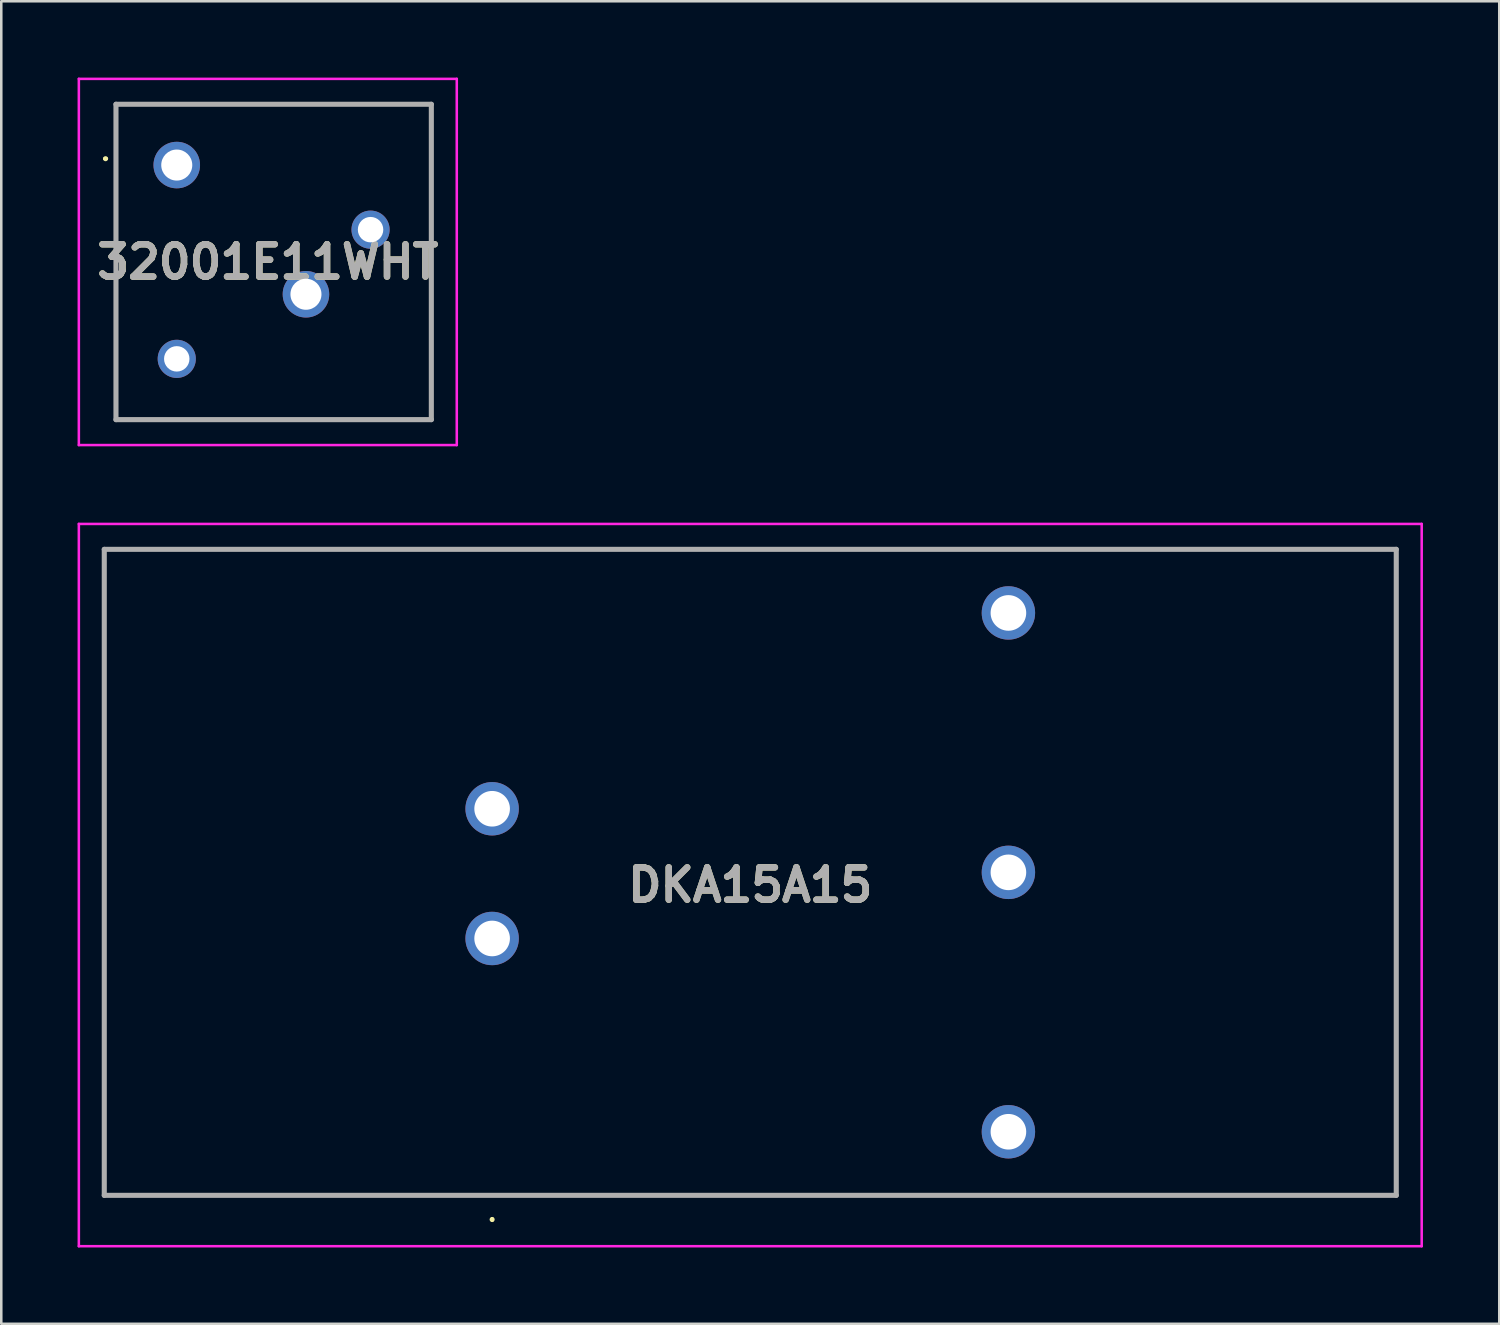
<source format=kicad_pcb>
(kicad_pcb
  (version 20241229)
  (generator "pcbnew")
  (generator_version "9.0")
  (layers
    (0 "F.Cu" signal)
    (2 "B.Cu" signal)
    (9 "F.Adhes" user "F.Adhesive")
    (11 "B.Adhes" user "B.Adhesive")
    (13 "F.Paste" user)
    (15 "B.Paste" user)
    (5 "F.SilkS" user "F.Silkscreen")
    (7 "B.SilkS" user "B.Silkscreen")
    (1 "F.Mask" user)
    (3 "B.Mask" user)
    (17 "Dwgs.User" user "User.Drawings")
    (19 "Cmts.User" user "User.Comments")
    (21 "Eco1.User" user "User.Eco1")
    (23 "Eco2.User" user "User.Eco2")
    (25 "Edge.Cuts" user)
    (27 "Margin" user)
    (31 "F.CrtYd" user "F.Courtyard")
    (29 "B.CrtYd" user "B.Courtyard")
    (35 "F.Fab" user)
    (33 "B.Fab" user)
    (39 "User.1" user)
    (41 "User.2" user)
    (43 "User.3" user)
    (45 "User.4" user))
  (footprint "32001E11WHT"
    (layer "F.Cu")
    (at 3.9 3.44)
    (property "Reference" "32001E11WHT" (at 3.58 3.81 0) (layer "F.SilkS") (effects (font (size 1.27 1.27) (thickness 0.254))))
    (attr through_hole)
    (fp_line (start -2.85 -0.25) (end -2.85 -0.25) (stroke (width 0.1) (type solid)) (layer "F.SilkS"))
    (fp_line (start -2.75 -0.25) (end -2.75 -0.25) (stroke (width 0.1) (type solid)) (layer "F.SilkS"))
    (fp_line (start -2.39 -2.39) (end 10.01 -2.39) (stroke (width 0.1) (type solid)) (layer "F.SilkS"))
    (fp_line (start -2.39 10.01) (end -2.39 -2.39) (stroke (width 0.1) (type solid)) (layer "F.SilkS"))
    (fp_line (start 10.01 -2.39) (end 10.01 10.01) (stroke (width 0.1) (type solid)) (layer "F.SilkS"))
    (fp_line (start 10.01 10.01) (end -2.39 10.01) (stroke (width 0.1) (type solid)) (layer "F.SilkS"))
    (fp_arc (start -2.85 -0.25) (mid -2.8 -0.3) (end -2.75 -0.25) (stroke (width 0.1) (type solid)) (layer "F.SilkS"))
    (fp_arc (start -2.75 -0.25) (mid -2.8 -0.2) (end -2.85 -0.25) (stroke (width 0.1) (type solid)) (layer "F.SilkS"))
    (fp_line (start -3.85 -3.39) (end 11.01 -3.39) (stroke (width 0.1) (type solid)) (layer "F.CrtYd"))
    (fp_line (start -3.85 11.01) (end -3.85 -3.39) (stroke (width 0.1) (type solid)) (layer "F.CrtYd"))
    (fp_line (start 11.01 -3.39) (end 11.01 11.01) (stroke (width 0.1) (type solid)) (layer "F.CrtYd"))
    (fp_line (start 11.01 11.01) (end -3.85 11.01) (stroke (width 0.1) (type solid)) (layer "F.CrtYd"))
    (fp_line (start -2.39 -2.39) (end 10.01 -2.39) (stroke (width 0.2) (type solid)) (layer "F.Fab"))
    (fp_line (start -2.39 10.01) (end -2.39 -2.39) (stroke (width 0.2) (type solid)) (layer "F.Fab"))
    (fp_line (start 10.01 -2.39) (end 10.01 10.01) (stroke (width 0.2) (type solid)) (layer "F.Fab"))
    (fp_line (start 10.01 10.01) (end -2.39 10.01) (stroke (width 0.2) (type solid)) (layer "F.Fab"))
    (fp_text user "${REFERENCE}" (at 3.58 3.81 0) (layer "F.Fab") (effects (font (size 1.27 1.27) (thickness 0.254))))
    (pad "" np_thru_hole circle (at 0 7.62) (size 1.5 1.5) (drill 1) (layers "*.Cu" "*.Mask"))
    (pad "" np_thru_hole circle (at 7.62 2.54) (size 1.5 1.5) (drill 1) (layers "*.Cu" "*.Mask"))
    (pad "1" thru_hole circle (at 0 0) (size 1.83 1.83) (drill 1.22) (layers "*.Cu" "*.Mask"))
    (pad "2" thru_hole circle (at 5.08 5.08) (size 1.83 1.83) (drill 1.22) (layers "*.Cu" "*.Mask")))
  (footprint "DKA15A15"
    (layer "F.Cu")
    (at 16.3 33.85)
    (property "Reference" "DKA15A15" (at 10.15 -2.1 0) (layer "F.SilkS") (effects (font (size 1.27 1.27) (thickness 0.254))))
    (attr through_hole)
    (fp_line (start -15.25 -15.3) (end -15.25 10.1) (stroke (width 0.1) (type solid)) (layer "F.SilkS"))
    (fp_line (start -15.25 10.1) (end 35.55 10.1) (stroke (width 0.1) (type solid)) (layer "F.SilkS"))
    (fp_line (start 0 11) (end 0 11) (stroke (width 0.1) (type solid)) (layer "F.SilkS"))
    (fp_line (start 0 11.1) (end 0 11.1) (stroke (width 0.1) (type solid)) (layer "F.SilkS"))
    (fp_line (start 35.55 -15.3) (end -15.25 -15.3) (stroke (width 0.1) (type solid)) (layer "F.SilkS"))
    (fp_line (start 35.55 10.1) (end 35.55 -15.3) (stroke (width 0.1) (type solid)) (layer "F.SilkS"))
    (fp_arc (start 0 11) (mid 0.05 11.05) (end 0 11.1) (stroke (width 0.1) (type solid)) (layer "F.SilkS"))
    (fp_arc (start 0 11.1) (mid -0.05 11.05) (end 0 11) (stroke (width 0.1) (type solid)) (layer "F.SilkS"))
    (fp_line (start -16.25 -16.3) (end -16.25 12.1) (stroke (width 0.1) (type solid)) (layer "F.CrtYd"))
    (fp_line (start -16.25 12.1) (end 36.55 12.1) (stroke (width 0.1) (type solid)) (layer "F.CrtYd"))
    (fp_line (start 36.55 -16.3) (end -16.25 -16.3) (stroke (width 0.1) (type solid)) (layer "F.CrtYd"))
    (fp_line (start 36.55 12.1) (end 36.55 -16.3) (stroke (width 0.1) (type solid)) (layer "F.CrtYd"))
    (fp_line (start -15.25 -15.3) (end -15.25 10.1) (stroke (width 0.2) (type solid)) (layer "F.Fab"))
    (fp_line (start -15.25 10.1) (end 35.55 10.1) (stroke (width 0.2) (type solid)) (layer "F.Fab"))
    (fp_line (start 35.55 -15.3) (end -15.25 -15.3) (stroke (width 0.2) (type solid)) (layer "F.Fab"))
    (fp_line (start 35.55 10.1) (end 35.55 -15.3) (stroke (width 0.2) (type solid)) (layer "F.Fab"))
    (fp_text user "${REFERENCE}" (at 10.15 -2.1 0) (layer "F.Fab") (effects (font (size 1.27 1.27) (thickness 0.254))))
    (pad "1" thru_hole circle (at 0 0) (size 2.1 2.1) (drill 1.4) (layers "*.Cu" "*.Mask"))
    (pad "2" thru_hole circle (at 0 -5.1) (size 2.1 2.1) (drill 1.4) (layers "*.Cu" "*.Mask"))
    (pad "3" thru_hole circle (at 20.3 7.6) (size 2.1 2.1) (drill 1.4) (layers "*.Cu" "*.Mask"))
    (pad "4" thru_hole circle (at 20.3 -2.6) (size 2.1 2.1) (drill 1.4) (layers "*.Cu" "*.Mask"))
    (pad "5" thru_hole circle (at 20.3 -12.8) (size 2.1 2.1) (drill 1.4) (layers "*.Cu" "*.Mask")))
  (gr_rect
    (start -3 -3)
    (end 55.9 49)
    (stroke (width 0.1) (type default))
    (fill no)
    (layer "Edge.Cuts")))
</source>
